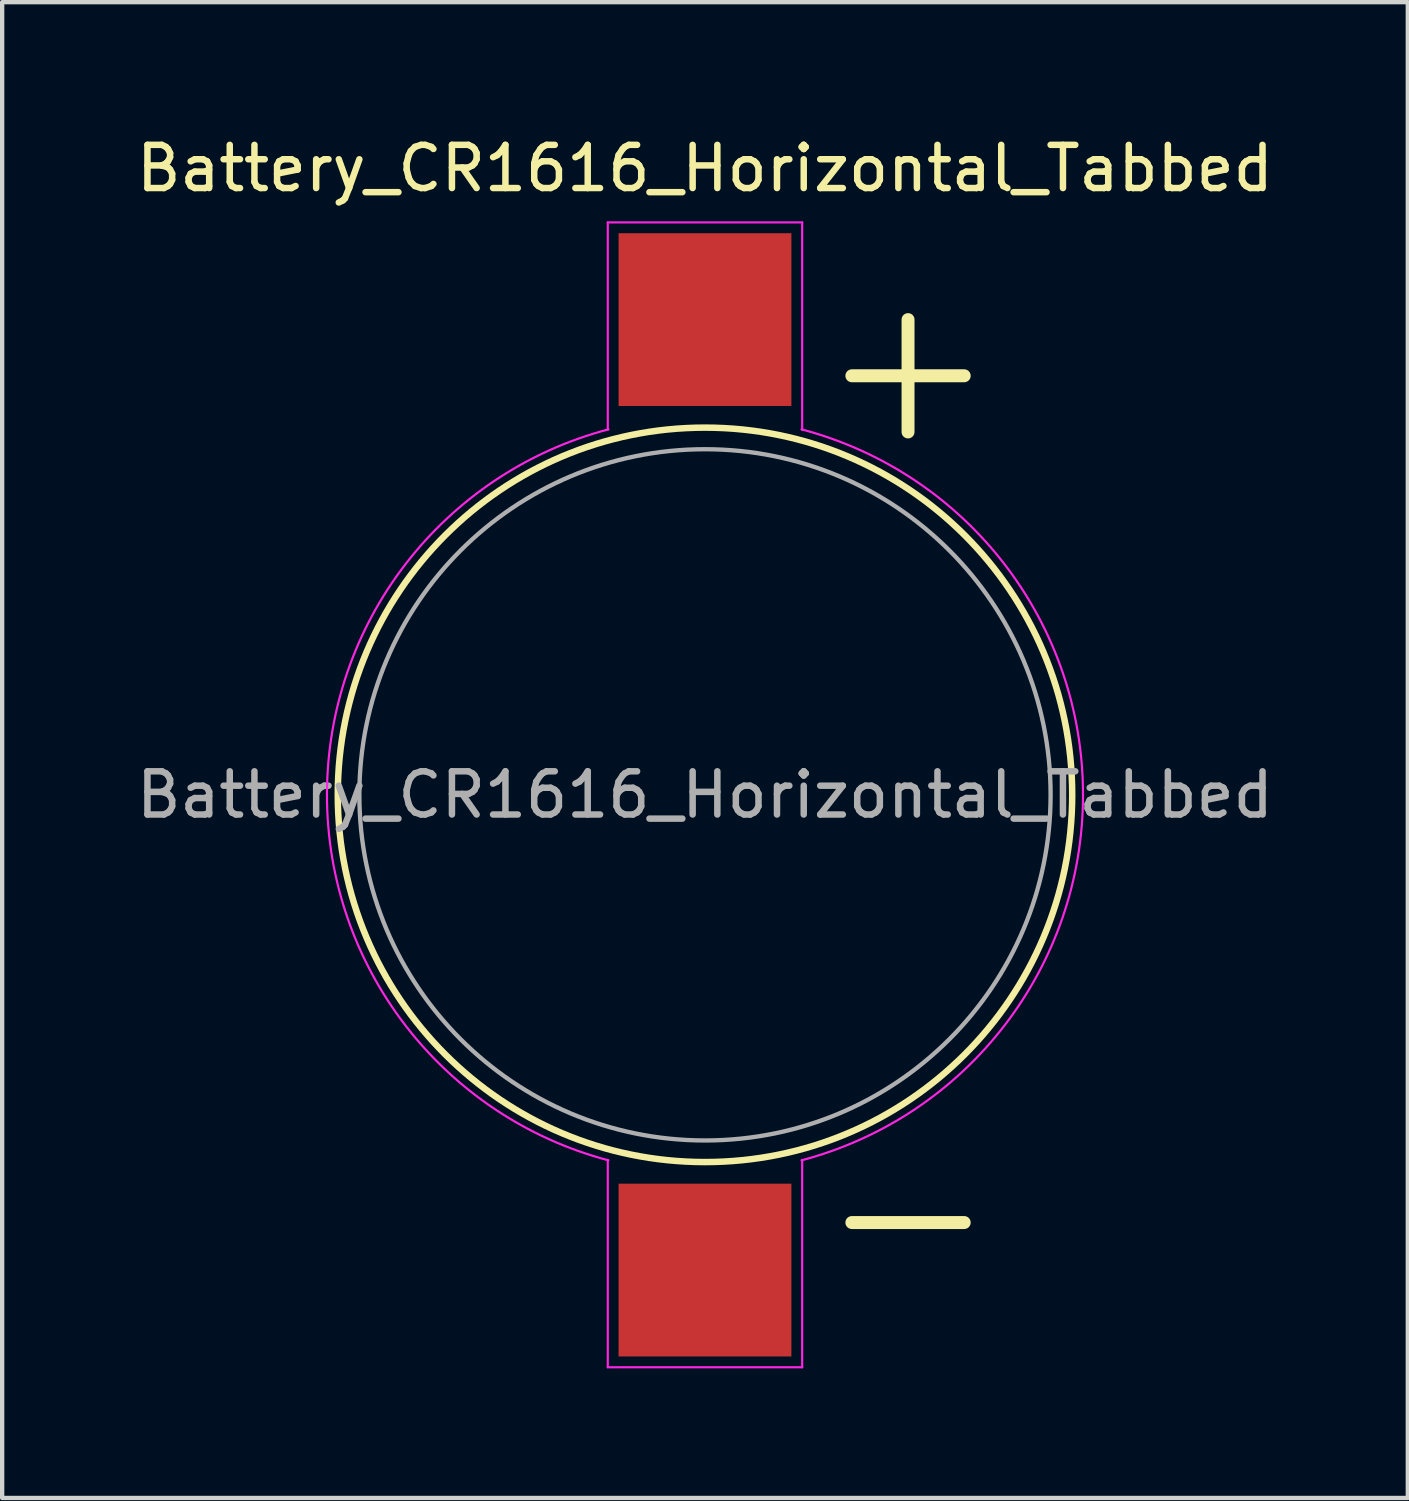
<source format=kicad_pcb>
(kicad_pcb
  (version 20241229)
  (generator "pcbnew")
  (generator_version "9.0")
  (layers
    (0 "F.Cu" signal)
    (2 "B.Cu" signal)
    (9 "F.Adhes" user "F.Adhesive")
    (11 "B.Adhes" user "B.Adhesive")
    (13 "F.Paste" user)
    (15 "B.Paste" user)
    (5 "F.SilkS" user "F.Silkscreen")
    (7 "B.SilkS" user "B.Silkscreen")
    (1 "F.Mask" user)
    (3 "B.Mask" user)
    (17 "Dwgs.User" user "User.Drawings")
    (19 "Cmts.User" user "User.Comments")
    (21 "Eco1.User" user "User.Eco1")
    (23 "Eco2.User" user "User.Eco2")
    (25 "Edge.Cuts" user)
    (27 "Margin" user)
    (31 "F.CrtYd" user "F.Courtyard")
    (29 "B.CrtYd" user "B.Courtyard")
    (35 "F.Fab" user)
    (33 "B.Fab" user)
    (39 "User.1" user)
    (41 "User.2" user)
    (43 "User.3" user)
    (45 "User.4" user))
  (footprint "Battery_CR1616_Horizontal_Tabbed"
    (layer "F.Cu")
    (at 13.268 15.348)
    (property "Reference" "Battery_CR1616_Horizontal_Tabbed" (at 0 -14.5 0) (layer "F.SilkS") (effects (font (size 1 1) (thickness 0.15))))
    (attr smd)
    (fp_line (start 3.4 -9.7) (end 6 -9.7) (stroke (width 0.3) (type solid)) (layer "F.SilkS"))
    (fp_line (start 3.4 9.9) (end 6 9.9) (stroke (width 0.3) (type solid)) (layer "F.SilkS"))
    (fp_line (start 4.7 -8.4) (end 4.7 -11) (stroke (width 0.3) (type solid)) (layer "F.SilkS"))
    (fp_circle (center 0 0) (end 8.5 0) (stroke (width 0.15) (type solid)) (fill no) (layer "F.SilkS"))
    (fp_line (start -2.25 -13.25) (end -2.25 -8.45) (stroke (width 0.05) (type solid)) (layer "F.CrtYd"))
    (fp_line (start -2.25 -13.25) (end 2.25 -13.25) (stroke (width 0.05) (type solid)) (layer "F.CrtYd"))
    (fp_line (start -2.25 8.45) (end -2.25 13.25) (stroke (width 0.05) (type solid)) (layer "F.CrtYd"))
    (fp_line (start -2.25 13.25) (end 2.25 13.25) (stroke (width 0.05) (type solid)) (layer "F.CrtYd"))
    (fp_line (start 2.25 -13.25) (end 2.25 -8.45) (stroke (width 0.05) (type solid)) (layer "F.CrtYd"))
    (fp_line (start 2.25 8.45) (end 2.25 13.25) (stroke (width 0.05) (type solid)) (layer "F.CrtYd"))
    (fp_arc (start -8.75 0) (mid -6.932535 -5.338769) (end -2.235154 -8.459704) (stroke (width 0.05) (type solid)) (layer "F.CrtYd"))
    (fp_arc (start -2.235143 8.459707) (mid -6.932532 5.338773) (end -8.75 0) (stroke (width 0.05) (type solid)) (layer "F.CrtYd"))
    (fp_arc (start 2.235157 -8.459703) (mid 6.932537 -5.338768) (end 8.75 0) (stroke (width 0.05) (type solid)) (layer "F.CrtYd"))
    (fp_arc (start 8.75 0) (mid 6.932535 5.338769) (end 2.235154 8.459704) (stroke (width 0.05) (type solid)) (layer "F.CrtYd"))
    (fp_circle (center 0 0) (end 8 0) (stroke (width 0.1) (type solid)) (fill no) (layer "F.Fab"))
    (fp_text user "${REFERENCE}" (at 0 0 0) (layer "F.Fab") (effects (font (size 1 1) (thickness 0.15))))
    (pad "1" smd rect (at 0 -11) (size 4 4) (layers "F.Cu" "F.Mask" "F.Paste"))
    (pad "2" smd rect (at 0 11) (size 4 4) (layers "F.Cu" "F.Mask" "F.Paste")))
  (gr_rect
    (start -3 -3)
    (end 29.536 31.623)
    (stroke (width 0.1) (type default))
    (fill no)
    (layer "Edge.Cuts")))
</source>
